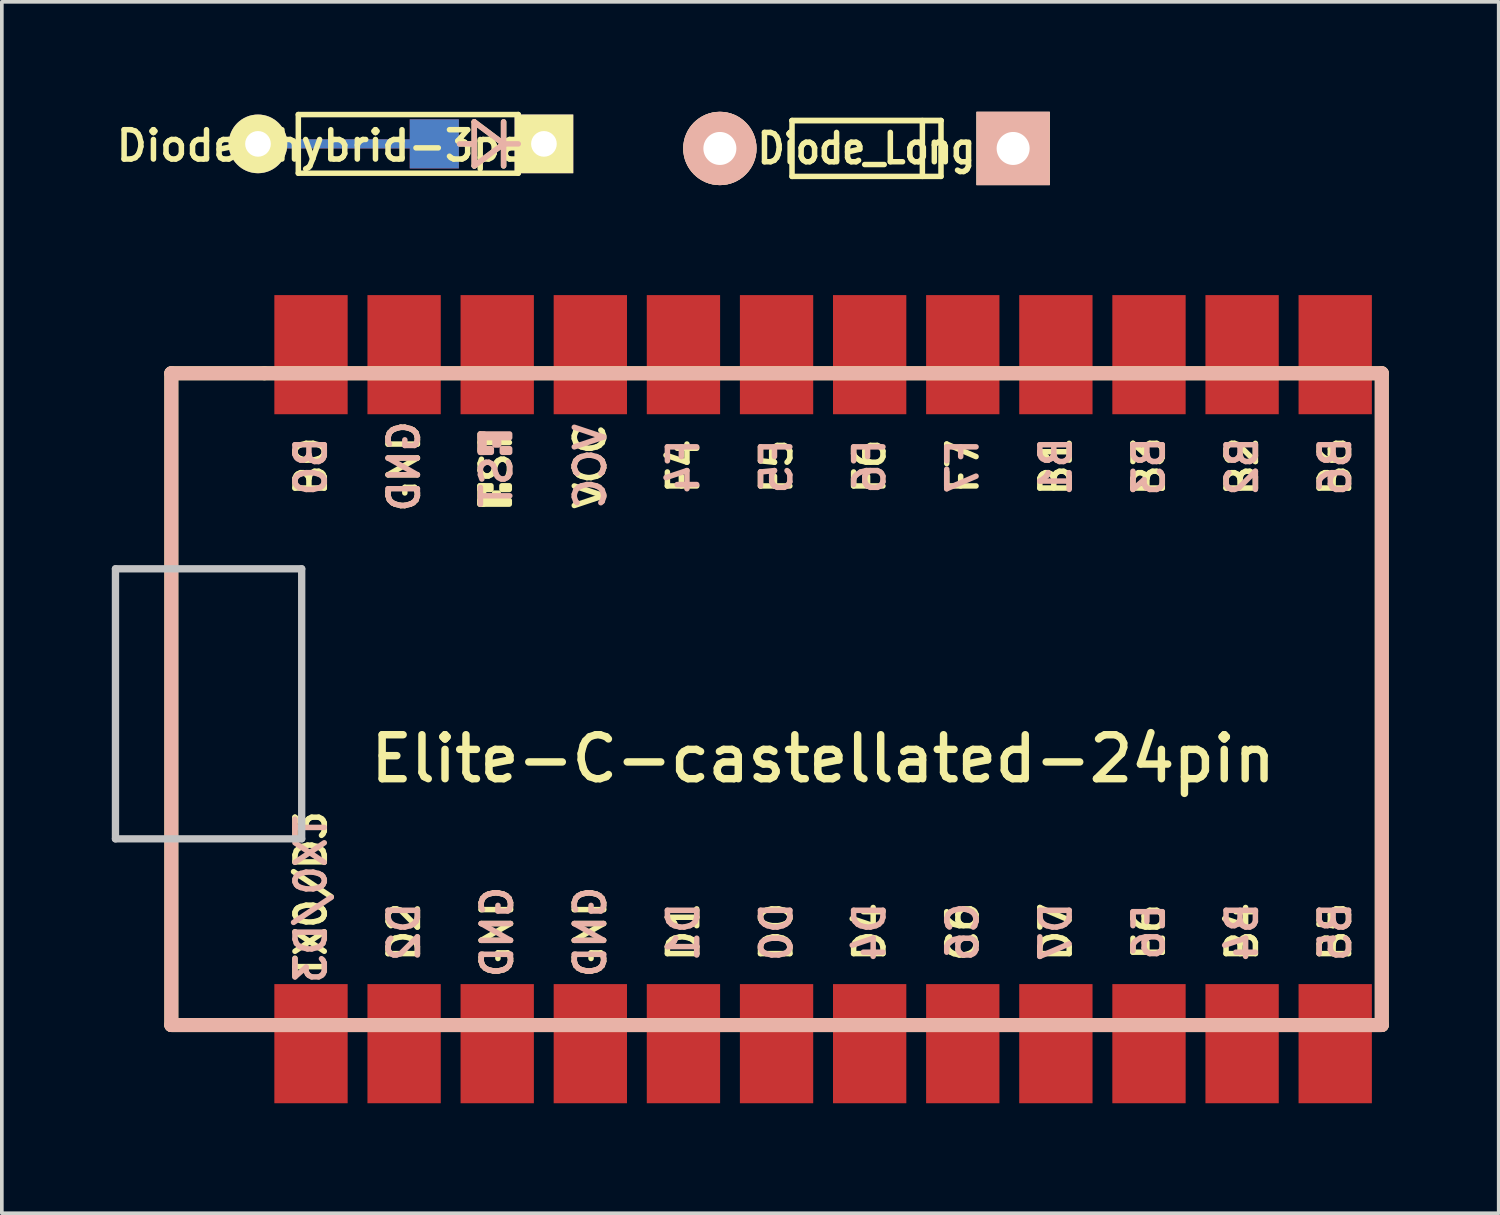
<source format=kicad_pcb>
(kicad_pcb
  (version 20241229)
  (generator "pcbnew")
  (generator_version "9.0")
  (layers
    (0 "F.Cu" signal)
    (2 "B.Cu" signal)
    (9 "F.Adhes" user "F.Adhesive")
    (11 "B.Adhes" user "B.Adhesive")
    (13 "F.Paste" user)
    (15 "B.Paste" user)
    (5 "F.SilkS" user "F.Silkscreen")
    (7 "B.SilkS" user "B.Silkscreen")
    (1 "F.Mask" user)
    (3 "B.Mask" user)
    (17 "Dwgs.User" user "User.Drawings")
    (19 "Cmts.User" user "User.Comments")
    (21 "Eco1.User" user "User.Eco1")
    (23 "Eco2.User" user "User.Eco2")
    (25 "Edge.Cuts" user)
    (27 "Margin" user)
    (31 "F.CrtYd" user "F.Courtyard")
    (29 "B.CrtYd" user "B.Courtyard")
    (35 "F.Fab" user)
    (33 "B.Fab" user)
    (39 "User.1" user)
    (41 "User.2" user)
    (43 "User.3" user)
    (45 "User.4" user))
  (footprint "Diode-hybrid-3pad"
    (layer "F.Cu")
    (at 7.888 0.875)
    (property "Reference" "Diode-hybrid-3pad" (at -1.8 0.051 0) (layer "F.SilkS") (effects (font (size 0.8 0.8) (thickness 0.15))))
    (attr smd)
    (fp_line (start -2.8 -0.8) (end -2.8 0.8) (stroke (width 0.15) (type solid)) (layer "F.SilkS"))
    (fp_line (start -2.8 0.8) (end 3.2 0.8) (stroke (width 0.15) (type solid)) (layer "F.SilkS"))
    (fp_line (start 2 -0.6) (end 2 0.6) (stroke (width 0.15) (type solid)) (layer "F.SilkS"))
    (fp_line (start 2 -0.6) (end 2.8 0) (stroke (width 0.15) (type solid)) (layer "F.SilkS"))
    (fp_line (start 2 0) (end 1.6 0) (stroke (width 0.15) (type solid)) (layer "F.SilkS"))
    (fp_line (start 2.8 -0.6) (end 2.8 0.6) (stroke (width 0.15) (type solid)) (layer "F.SilkS"))
    (fp_line (start 2.8 0) (end 2 0.6) (stroke (width 0.15) (type solid)) (layer "F.SilkS"))
    (fp_line (start 2.8 0) (end 3.2 0) (stroke (width 0.15) (type solid)) (layer "F.SilkS"))
    (fp_line (start 3.2 -0.8) (end -2.8 -0.8) (stroke (width 0.15) (type solid)) (layer "F.SilkS"))
    (fp_line (start 3.2 0.8) (end 3.2 -0.8) (stroke (width 0.15) (type solid)) (layer "F.SilkS"))
    (fp_line (start 2 -0.6) (end 2 0.6) (stroke (width 0.15) (type solid)) (layer "B.SilkS"))
    (fp_line (start 2 0) (end 1.6 0) (stroke (width 0.15) (type solid)) (layer "B.SilkS"))
    (fp_line (start 2 0.6) (end 2.8 0) (stroke (width 0.15) (type solid)) (layer "B.SilkS"))
    (fp_line (start 2.8 -0.6) (end 2.8 0.6) (stroke (width 0.15) (type solid)) (layer "B.SilkS"))
    (fp_line (start 2.8 0) (end 2 -0.6) (stroke (width 0.15) (type solid)) (layer "B.SilkS"))
    (fp_line (start 2.8 0) (end 3.2 0) (stroke (width 0.15) (type solid)) (layer "B.SilkS"))
    (pad "1" thru_hole rect (at 3.9 0) (size 1.6 1.6) (drill 0.7) (layers "*.Cu" "*.Mask" "F.SilkS"))
    (pad "2" thru_hole circle (at -3.9 0) (size 1.6 1.6) (drill 0.7) (layers "*.Cu" "*.Mask" "F.SilkS"))
    (pad "2" smd rect (at -1.5 0) (size 4 0.25) (layers "F.Cu"))
    (pad "2" smd rect (at -1.5 0) (size 4 0.25) (layers "B.Cu"))
    (pad "2" smd rect (at 0.91 0) (size 1.34 1.34) (layers "F.Cu" "F.Mask" "F.Paste"))
    (pad "2" smd rect (at 0.91 0) (size 1.34 1.34) (layers "B.Cu" "B.Mask" "B.Paste")))
  (footprint "Elite-C-castellated-24pin"
    (layer "F.Cu")
    (at 19.404 16.023)
    (property "Reference" "Elite-C-castellated-24pin" (at 0 1.625 0) (layer "F.SilkS") (effects (font (size 1.2 1.2) (thickness 0.203))))
    (attr through_hole)
    (fp_line (start -17.78 -8.89) (end -17.78 8.89) (stroke (width 0.381) (type solid)) (layer "F.SilkS"))
    (fp_line (start -17.78 8.89) (end -15.24 8.89) (stroke (width 0.381) (type solid)) (layer "F.SilkS"))
    (fp_line (start -15.24 -8.89) (end -17.78 -8.89) (stroke (width 0.381) (type solid)) (layer "F.SilkS"))
    (fp_line (start -15.24 8.89) (end 15.24 8.89) (stroke (width 0.381) (type solid)) (layer "F.SilkS"))
    (fp_line (start 15.24 -8.89) (end -15.24 -8.89) (stroke (width 0.381) (type solid)) (layer "F.SilkS"))
    (fp_line (start 15.24 8.89) (end 15.24 -8.89) (stroke (width 0.381) (type solid)) (layer "F.SilkS"))
    (fp_poly (pts (xy -9.361 -5.821) (xy -9.261 -5.821) (xy -9.261 -5.321) (xy -9.361 -5.321)) (stroke (width 0.15) (type solid)) (fill yes) (layer "F.SilkS"))
    (fp_poly (pts (xy -9.361 -5.821) (xy -9.061 -5.821) (xy -9.061 -5.721) (xy -9.361 -5.721)) (stroke (width 0.15) (type solid)) (fill yes) (layer "F.SilkS"))
    (fp_poly (pts (xy -9.361 -5.421) (xy -8.561 -5.421) (xy -8.561 -5.321) (xy -9.361 -5.321)) (stroke (width 0.15) (type solid)) (fill yes) (layer "F.SilkS"))
    (fp_poly (pts (xy -8.961 -5.621) (xy -8.861 -5.621) (xy -8.861 -5.521) (xy -8.961 -5.521)) (stroke (width 0.15) (type solid)) (fill yes) (layer "F.SilkS"))
    (fp_poly (pts (xy -8.761 -5.821) (xy -8.561 -5.821) (xy -8.561 -5.721) (xy -8.761 -5.721)) (stroke (width 0.15) (type solid)) (fill yes) (layer "F.SilkS"))
    (fp_line (start -17.78 -8.89) (end -17.78 8.89) (stroke (width 0.381) (type solid)) (layer "B.SilkS"))
    (fp_line (start -17.78 8.89) (end 15.24 8.89) (stroke (width 0.381) (type solid)) (layer "B.SilkS"))
    (fp_line (start 15.24 -8.89) (end -17.78 -8.89) (stroke (width 0.381) (type solid)) (layer "B.SilkS"))
    (fp_line (start 15.24 8.89) (end 15.24 -8.89) (stroke (width 0.381) (type solid)) (layer "B.SilkS"))
    (fp_poly (pts (xy -9.351 -7.134) (xy -8.551 -7.134) (xy -8.551 -7.234) (xy -9.351 -7.234)) (stroke (width 0.15) (type solid)) (fill yes) (layer "B.SilkS"))
    (fp_poly (pts (xy -9.351 -6.734) (xy -9.251 -6.734) (xy -9.251 -7.234) (xy -9.351 -7.234)) (stroke (width 0.15) (type solid)) (fill yes) (layer "B.SilkS"))
    (fp_poly (pts (xy -9.351 -6.734) (xy -9.051 -6.734) (xy -9.051 -6.834) (xy -9.351 -6.834)) (stroke (width 0.15) (type solid)) (fill yes) (layer "B.SilkS"))
    (fp_poly (pts (xy -8.951 -6.934) (xy -8.851 -6.934) (xy -8.851 -7.034) (xy -8.951 -7.034)) (stroke (width 0.15) (type solid)) (fill yes) (layer "B.SilkS"))
    (fp_poly (pts (xy -8.751 -6.734) (xy -8.551 -6.734) (xy -8.551 -6.834) (xy -8.751 -6.834)) (stroke (width 0.15) (type solid)) (fill yes) (layer "B.SilkS"))
    (fp_line (start -19.304 -3.556) (end -14.224 -3.556) (stroke (width 0.2) (type solid)) (layer "Dwgs.User"))
    (fp_line (start -19.304 3.81) (end -19.304 -3.556) (stroke (width 0.2) (type solid)) (layer "Dwgs.User"))
    (fp_line (start -14.224 -3.556) (end -14.224 3.81) (stroke (width 0.2) (type solid)) (layer "Dwgs.User"))
    (fp_line (start -14.224 3.81) (end -19.304 3.81) (stroke (width 0.2) (type solid)) (layer "Dwgs.User"))
    (fp_text user "D7" (at 6.35 6.35 90) (layer "F.SilkS") (effects (font (size 0.8 0.8) (thickness 0.15))))
    (fp_text user "C6" (at 3.81 6.35 90) (layer "F.SilkS") (effects (font (size 0.8 0.8) (thickness 0.15))))
    (fp_text user "D4" (at 1.27 6.35 90) (layer "F.SilkS") (effects (font (size 0.8 0.8) (thickness 0.15))))
    (fp_text user "F4" (at -3.81 -6.35 90) (layer "F.SilkS") (effects (font (size 0.8 0.8) (thickness 0.15))))
    (fp_text user "VCC" (at -6.35 -6.35 90) (layer "F.SilkS") (effects (font (size 0.8 0.8) (thickness 0.15))))
    (fp_text user "B6" (at 13.97 -6.35 90) (layer "F.SilkS") (effects (font (size 0.8 0.8) (thickness 0.15))))
    (fp_text user "F6" (at 1.27 -6.35 90) (layer "F.SilkS") (effects (font (size 0.8 0.8) (thickness 0.15))))
    (fp_text user "D1" (at -3.81 6.35 90) (layer "F.SilkS") (effects (font (size 0.8 0.8) (thickness 0.15))))
    (fp_text user "E6" (at 8.89 6.35 90) (layer "F.SilkS") (effects (font (size 0.8 0.8) (thickness 0.15))))
    (fp_text user "D0" (at -1.27 6.35 90) (layer "F.SilkS") (effects (font (size 0.8 0.8) (thickness 0.15))))
    (fp_text user "F7" (at 3.81 -6.35 90) (layer "F.SilkS") (effects (font (size 0.8 0.8) (thickness 0.15))))
    (fp_text user "B1" (at 6.35 -6.35 90) (layer "F.SilkS") (effects (font (size 0.8 0.8) (thickness 0.15))))
    (fp_text user "B0" (at -13.97 -6.35 90) (layer "F.SilkS") (effects (font (size 0.8 0.8) (thickness 0.15))))
    (fp_text user "B4" (at 11.43 6.35 90) (layer "F.SilkS") (effects (font (size 0.8 0.8) (thickness 0.15))))
    (fp_text user "B3" (at 8.89 -6.35 90) (layer "F.SilkS") (effects (font (size 0.8 0.8) (thickness 0.15))))
    (fp_text user "GND" (at -6.35 6.35 90) (layer "F.SilkS") (effects (font (size 0.8 0.8) (thickness 0.15))))
    (fp_text user "D2" (at -11.43 6.35 90) (layer "F.SilkS") (effects (font (size 0.8 0.8) (thickness 0.15))))
    (fp_text user "TX0/D3" (at -13.97 5.334 90) (layer "F.SilkS") (effects (font (size 0.8 0.8) (thickness 0.15))))
    (fp_text user "B5" (at 13.97 6.35 90) (layer "F.SilkS") (effects (font (size 0.8 0.8) (thickness 0.15))))
    (fp_text user "GND" (at -8.89 6.35 90) (layer "F.SilkS") (effects (font (size 0.8 0.8) (thickness 0.15))))
    (fp_text user "GND" (at -11.43 -6.35 90) (layer "F.SilkS") (effects (font (size 0.8 0.8) (thickness 0.15))))
    (fp_text user "ST" (at -8.92 -6.622 90) (layer "F.SilkS") (effects (font (size 0.8 0.8) (thickness 0.15))))
    (fp_text user "F5" (at -1.27 -6.35 90) (layer "F.SilkS") (effects (font (size 0.8 0.8) (thickness 0.15))))
    (fp_text user "B2" (at 11.43 -6.35 90) (layer "F.SilkS") (effects (font (size 0.8 0.8) (thickness 0.15))))
    (fp_text user "GND" (at -11.43 -6.35 90) (layer "B.SilkS") (effects (font (size 0.8 0.8) (thickness 0.15)) (justify mirror)))
    (fp_text user "E6" (at 8.89 6.35 90) (layer "B.SilkS") (effects (font (size 0.8 0.8) (thickness 0.15)) (justify mirror)))
    (fp_text user "TX0/D3" (at -13.97 5.461 90) (layer "B.SilkS") (effects (font (size 0.8 0.8) (thickness 0.15)) (justify mirror)))
    (fp_text user "B3" (at 8.89 -6.35 90) (layer "B.SilkS") (effects (font (size 0.8 0.8) (thickness 0.15)) (justify mirror)))
    (fp_text user "D1" (at -3.81 6.35 90) (layer "B.SilkS") (effects (font (size 0.8 0.8) (thickness 0.15)) (justify mirror)))
    (fp_text user "C6" (at 3.81 6.35 90) (layer "B.SilkS") (effects (font (size 0.8 0.8) (thickness 0.15)) (justify mirror)))
    (fp_text user "F4" (at -3.81 -6.35 90) (layer "B.SilkS") (effects (font (size 0.8 0.8) (thickness 0.15)) (justify mirror)))
    (fp_text user "B0" (at -13.97 -6.35 90) (layer "B.SilkS") (effects (font (size 0.8 0.8) (thickness 0.15)) (justify mirror)))
    (fp_text user "B5" (at 13.97 6.35 90) (layer "B.SilkS") (effects (font (size 0.8 0.8) (thickness 0.15)) (justify mirror)))
    (fp_text user "B1" (at 6.35 -6.35 90) (layer "B.SilkS") (effects (font (size 0.8 0.8) (thickness 0.15)) (justify mirror)))
    (fp_text user "D4" (at 1.27 6.35 90) (layer "B.SilkS") (effects (font (size 0.8 0.8) (thickness 0.15)) (justify mirror)))
    (fp_text user "D0" (at -1.27 6.35 90) (layer "B.SilkS") (effects (font (size 0.8 0.8) (thickness 0.15)) (justify mirror)))
    (fp_text user "F5" (at -1.27 -6.35 90) (layer "B.SilkS") (effects (font (size 0.8 0.8) (thickness 0.15)) (justify mirror)))
    (fp_text user "B6" (at 13.97 -6.35 90) (layer "B.SilkS") (effects (font (size 0.8 0.8) (thickness 0.15)) (justify mirror)))
    (fp_text user "GND" (at -6.35 6.35 90) (layer "B.SilkS") (effects (font (size 0.8 0.8) (thickness 0.15)) (justify mirror)))
    (fp_text user "B2" (at 11.43 -6.35 90) (layer "B.SilkS") (effects (font (size 0.8 0.8) (thickness 0.15)) (justify mirror)))
    (fp_text user "GND" (at -8.89 6.35 90) (layer "B.SilkS") (effects (font (size 0.8 0.8) (thickness 0.15)) (justify mirror)))
    (fp_text user "ST" (at -8.91 -5.929 90) (layer "B.SilkS") (effects (font (size 0.8 0.8) (thickness 0.15)) (justify mirror)))
    (fp_text user "B4" (at 11.43 6.35 90) (layer "B.SilkS") (effects (font (size 0.8 0.8) (thickness 0.15)) (justify mirror)))
    (fp_text user "D7" (at 6.35 6.35 90) (layer "B.SilkS") (effects (font (size 0.8 0.8) (thickness 0.15)) (justify mirror)))
    (fp_text user "F6" (at 1.27 -6.35 90) (layer "B.SilkS") (effects (font (size 0.8 0.8) (thickness 0.15)) (justify mirror)))
    (fp_text user "VCC" (at -6.35 -6.35 90) (layer "B.SilkS") (effects (font (size 0.8 0.8) (thickness 0.15)) (justify mirror)))
    (fp_text user "F7" (at 3.81 -6.35 90) (layer "B.SilkS") (effects (font (size 0.8 0.8) (thickness 0.15)) (justify mirror)))
    (fp_text user "D2" (at -11.43 6.35 90) (layer "B.SilkS") (effects (font (size 0.8 0.8) (thickness 0.15)) (justify mirror)))
    (pad "1" smd rect (at -13.97 9.398) (size 2 3.25) (layers "F.Cu" "F.Mask" "F.Paste"))
    (pad "2" smd rect (at -11.43 9.398) (size 2 3.25) (layers "F.Cu" "F.Mask" "F.Paste"))
    (pad "3" smd rect (at -8.89 9.398) (size 2 3.25) (layers "F.Cu" "F.Mask" "F.Paste"))
    (pad "4" smd rect (at -6.35 9.398) (size 2 3.25) (layers "F.Cu" "F.Mask" "F.Paste"))
    (pad "5" smd rect (at -3.81 9.398) (size 2 3.25) (layers "F.Cu" "F.Mask" "F.Paste"))
    (pad "6" smd rect (at -1.27 9.398) (size 2 3.25) (layers "F.Cu" "F.Mask" "F.Paste"))
    (pad "7" smd rect (at 1.27 9.398) (size 2 3.25) (layers "F.Cu" "F.Mask" "F.Paste"))
    (pad "8" smd rect (at 3.81 9.398) (size 2 3.25) (layers "F.Cu" "F.Mask" "F.Paste"))
    (pad "9" smd rect (at 6.35 9.398) (size 2 3.25) (layers "F.Cu" "F.Mask" "F.Paste"))
    (pad "10" smd rect (at 8.89 9.398) (size 2 3.25) (layers "F.Cu" "F.Mask" "F.Paste"))
    (pad "11" smd rect (at 11.43 9.398) (size 2 3.25) (layers "F.Cu" "F.Mask" "F.Paste"))
    (pad "12" smd rect (at 13.97 9.398) (size 2 3.25) (layers "F.Cu" "F.Mask" "F.Paste"))
    (pad "13" smd rect (at 13.97 -9.398) (size 2 3.25) (layers "F.Cu" "F.Mask" "F.Paste"))
    (pad "14" smd rect (at 11.43 -9.398) (size 2 3.25) (layers "F.Cu" "F.Mask" "F.Paste"))
    (pad "15" smd rect (at 8.89 -9.398) (size 2 3.25) (layers "F.Cu" "F.Mask" "F.Paste"))
    (pad "16" smd rect (at 6.35 -9.398) (size 2 3.25) (layers "F.Cu" "F.Mask" "F.Paste"))
    (pad "17" smd rect (at 3.81 -9.398) (size 2 3.25) (layers "F.Cu" "F.Mask" "F.Paste"))
    (pad "18" smd rect (at 1.27 -9.398) (size 2 3.25) (layers "F.Cu" "F.Mask" "F.Paste"))
    (pad "19" smd rect (at -1.27 -9.398) (size 2 3.25) (layers "F.Cu" "F.Mask" "F.Paste"))
    (pad "20" smd rect (at -3.81 -9.398) (size 2 3.25) (layers "F.Cu" "F.Mask" "F.Paste"))
    (pad "21" smd rect (at -6.35 -9.398) (size 2 3.25) (layers "F.Cu" "F.Mask" "F.Paste"))
    (pad "22" smd rect (at -8.89 -9.398) (size 2 3.25) (layers "F.Cu" "F.Mask" "F.Paste"))
    (pad "23" smd rect (at -11.43 -9.398) (size 2 3.25) (layers "F.Cu" "F.Mask" "F.Paste"))
    (pad "24" smd rect (at -13.97 -9.398) (size 2 3.25) (layers "F.Cu" "F.Mask" "F.Paste")))
  (footprint "Diode_Long"
    (layer "F.Cu")
    (at 20.588 1)
    (property "Reference" "Diode_Long" (at 0 0 0) (layer "F.SilkS") (effects (font (size 0.8 0.7) (thickness 0.15))))
    (attr through_hole)
    (fp_line (start -2.032 -0.762) (end -2.032 0.762) (stroke (width 0.15) (type solid)) (layer "F.SilkS"))
    (fp_line (start -2.032 -0.762) (end 2.032 -0.762) (stroke (width 0.15) (type solid)) (layer "F.SilkS"))
    (fp_line (start -2.032 0.762) (end 2.032 0.762) (stroke (width 0.15) (type solid)) (layer "F.SilkS"))
    (fp_line (start 1.524 0.762) (end 1.524 -0.762) (stroke (width 0.15) (type solid)) (layer "F.SilkS"))
    (fp_line (start 2.032 -0.762) (end -2.032 -0.762) (stroke (width 0.15) (type solid)) (layer "F.SilkS"))
    (fp_line (start 2.032 0.762) (end 2.032 -0.762) (stroke (width 0.15) (type solid)) (layer "F.SilkS"))
    (pad "1" thru_hole rect (at 4 0) (size 2 2) (drill 0.9) (layers "*.Cu" "*.SilkS" "*.Mask"))
    (pad "2" thru_hole circle (at -4 0) (size 2 2) (drill 0.9) (layers "*.Cu" "*.SilkS" "*.Mask")))
  (gr_rect
    (start -3 -3)
    (end 37.834 30.046)
    (stroke (width 0.1) (type default))
    (fill no)
    (layer "Edge.Cuts")))
</source>
